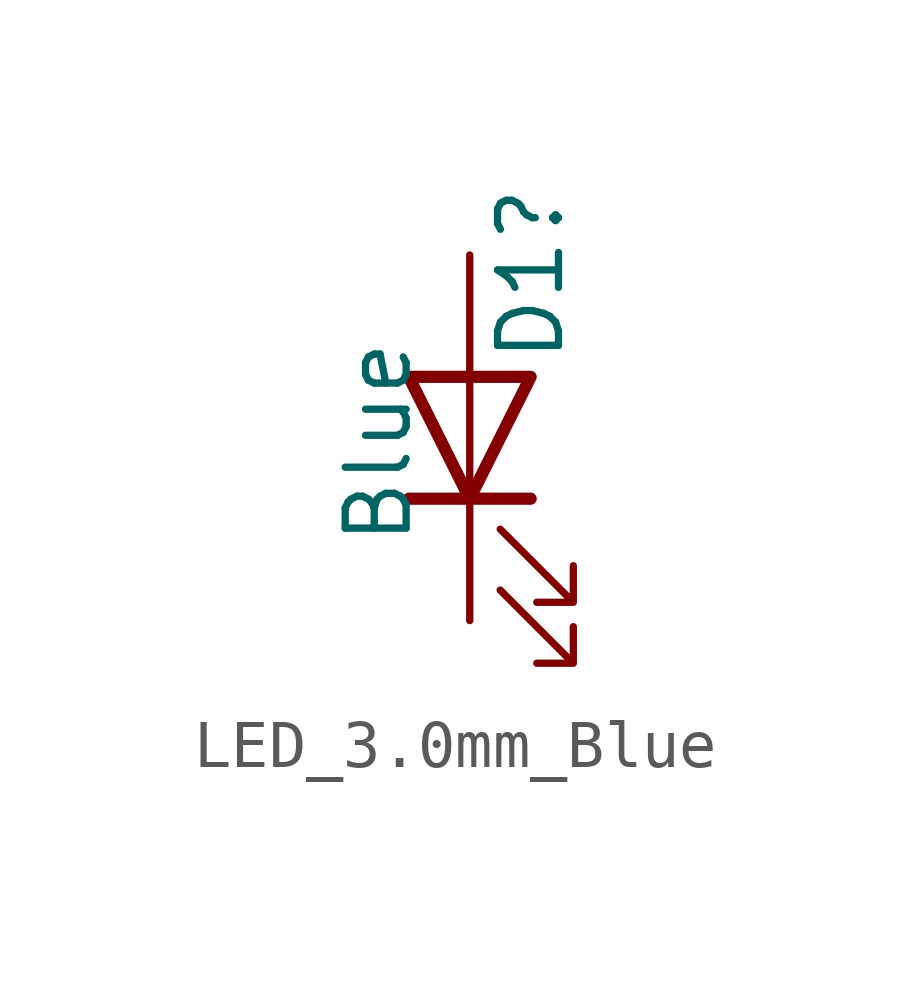
<source format=kicad_sym>
(kicad_symbol_lib
  (version 20220914)
  (generator kicad_symbol_editor)
  (symbol "LED_3.0mm_Blue"
    (pin_numbers hide)
    (pin_names
      (offset 1.016) hide)
    (property "Reference" "D1"
      (at 1.27 1.27 90)
      (effects (font (size 1.27 1.27)) (justify left)))
    (property "Value" "Blue"
      (at -1.905 -2.54 90)
      (effects (font (size 1.27 1.27)) (justify left)))
    (symbol "LED_3.0mm_Blue_0_1"
      (polyline (pts (xy 0 1.016) (xy 0 -1.524)) (stroke (width 0) (type default)) (fill (type none)))
      (polyline (pts (xy 1.27 -1.524) (xy -1.27 -1.524)) (stroke (width 0.254) (type default)) (fill (type none)))
      (polyline (pts (xy 1.27 1.016) (xy -1.27 1.016) (xy 0 -1.524) (xy 1.27 1.016)) (stroke (width 0.254) (type default)) (fill (type none)))
      (polyline (pts (xy 0.635 -3.429) (xy 2.159 -4.953) (xy 2.159 -4.191) (xy 2.159 -4.953) (xy 1.397 -4.953)) (stroke (width 0) (type default)) (fill (type none)))
      (polyline (pts (xy 0.635 -2.159) (xy 2.159 -3.683) (xy 2.159 -2.921) (xy 2.159 -3.683) (xy 1.397 -3.683)) (stroke (width 0) (type default)) (fill (type none))))
    (symbol "LED_3.0mm_Blue_1_1"
      (pin passive line (at 0 -4.064 90) (length 2.54) (name "K" (effects (font (size 1.27 1.27)))) (number "1" (effects (font (size 1.27 1.27)))))
      (pin passive line (at 0 3.556 270) (length 2.54) (name "A" (effects (font (size 1.27 1.27)))) (number "2" (effects (font (size 1.27 1.27))))))))
</source>
